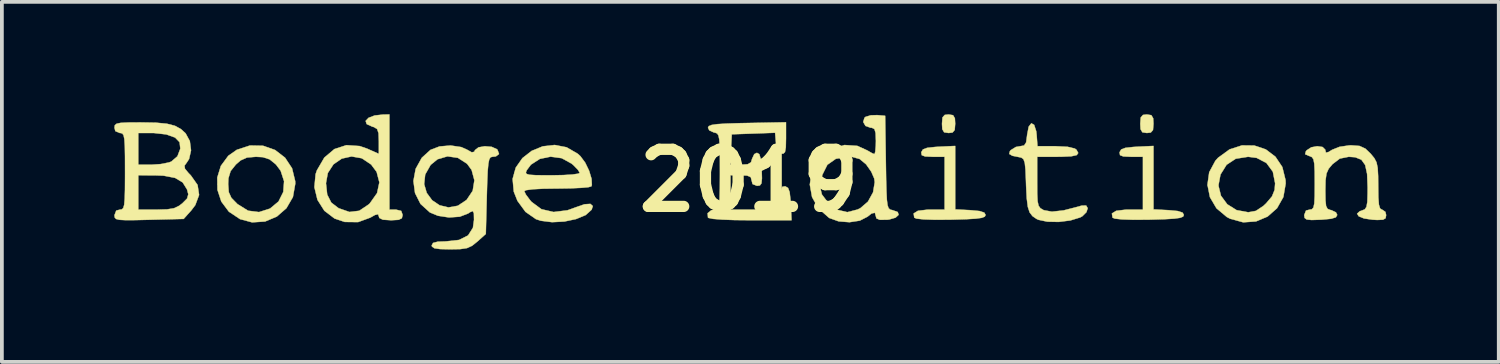
<source format=kicad_pcb>
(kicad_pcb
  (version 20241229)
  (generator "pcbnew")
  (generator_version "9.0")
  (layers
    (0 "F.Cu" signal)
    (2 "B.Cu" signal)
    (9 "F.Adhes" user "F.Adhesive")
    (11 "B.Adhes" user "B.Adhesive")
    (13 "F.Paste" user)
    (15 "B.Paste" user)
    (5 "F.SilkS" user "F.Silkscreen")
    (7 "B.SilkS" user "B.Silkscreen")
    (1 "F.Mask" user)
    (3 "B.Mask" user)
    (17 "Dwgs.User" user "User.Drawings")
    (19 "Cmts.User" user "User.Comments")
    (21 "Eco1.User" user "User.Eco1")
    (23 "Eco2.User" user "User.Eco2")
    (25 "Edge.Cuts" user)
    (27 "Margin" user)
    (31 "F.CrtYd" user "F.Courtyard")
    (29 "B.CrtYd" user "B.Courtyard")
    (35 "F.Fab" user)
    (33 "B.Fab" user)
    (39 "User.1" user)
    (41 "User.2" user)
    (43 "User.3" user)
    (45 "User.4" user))
  (footprint "2019"
    (layer "F.Cu")
    (at 16.938 1.769)
    (property "Reference" "2019" (at 0 0 0) (layer "F.SilkS") (effects (font (size 1.524 1.524) (thickness 0.3))))
    (attr through_hole)
    (fp_poly (pts (xy 5.446 -1.745) (xy 5.495 -1.662) (xy 5.503 -1.517) (xy 5.49 -1.35) (xy 5.431 -1.282) (xy 5.327 -1.27) (xy 5.208 -1.288) (xy 5.159 -1.371) (xy 5.151 -1.517) (xy 5.164 -1.684) (xy 5.223 -1.752) (xy 5.327 -1.764) (xy 5.446 -1.745)) (stroke (width 0.01) (type solid)) (fill yes) (layer "F.SilkS"))
    (fp_poly (pts (xy 10.738 -1.745) (xy 10.787 -1.662) (xy 10.795 -1.517) (xy 10.782 -1.35) (xy 10.723 -1.282) (xy 10.619 -1.27) (xy 10.499 -1.288) (xy 10.45 -1.371) (xy 10.442 -1.517) (xy 10.455 -1.684) (xy 10.515 -1.752) (xy 10.619 -1.764) (xy 10.738 -1.745)) (stroke (width 0.01) (type solid)) (fill yes) (layer "F.SilkS"))
    (fp_poly (pts (xy 5.503 0.769) (xy 5.909 0.79) (xy 6.153 0.813) (xy 6.28 0.855) (xy 6.315 0.917) (xy 6.293 0.962) (xy 6.214 0.994) (xy 6.057 1.016) (xy 5.803 1.031) (xy 5.429 1.042) (xy 5.385 1.043) (xy 4.972 1.046) (xy 4.663 1.036) (xy 4.471 1.015) (xy 4.411 0.99) (xy 4.394 0.878) (xy 4.508 0.807) (xy 4.755 0.777) (xy 4.837 0.776) (xy 5.221 0.776) (xy 5.221 -0.635) (xy 4.898 -0.635) (xy 4.7 -0.644) (xy 4.61 -0.678) (xy 4.598 -0.752) (xy 4.599 -0.758) (xy 4.641 -0.83) (xy 4.752 -0.873) (xy 4.964 -0.897) (xy 5.063 -0.903) (xy 5.503 -0.924) (xy 5.503 0.769)) (stroke (width 0.01) (type solid)) (fill yes) (layer "F.SilkS"))
    (fp_poly (pts (xy 10.795 0.769) (xy 11.201 0.79) (xy 11.445 0.813) (xy 11.572 0.855) (xy 11.606 0.917) (xy 11.585 0.962) (xy 11.506 0.994) (xy 11.349 1.016) (xy 11.094 1.031) (xy 10.721 1.042) (xy 10.677 1.043) (xy 10.264 1.046) (xy 9.954 1.036) (xy 9.763 1.015) (xy 9.703 0.99) (xy 9.685 0.878) (xy 9.8 0.807) (xy 10.047 0.777) (xy 10.129 0.776) (xy 10.513 0.776) (xy 10.513 -0.635) (xy 10.19 -0.635) (xy 9.991 -0.644) (xy 9.902 -0.678) (xy 9.89 -0.752) (xy 9.891 -0.758) (xy 9.933 -0.83) (xy 10.044 -0.873) (xy 10.256 -0.897) (xy 10.355 -0.903) (xy 10.795 -0.924) (xy 10.795 0.769)) (stroke (width 0.01) (type solid)) (fill yes) (layer "F.SilkS"))
    (fp_poly (pts (xy 13.486 -0.935) (xy 13.792 -0.832) (xy 14.049 -0.637) (xy 14.233 -0.362) (xy 14.319 -0.014) (xy 14.323 0.078) (xy 14.261 0.439) (xy 14.092 0.738) (xy 13.84 0.96) (xy 13.531 1.09) (xy 13.19 1.114) (xy 12.842 1.019) (xy 12.752 0.972) (xy 12.475 0.739) (xy 12.301 0.442) (xy 12.239 0.131) (xy 12.528 0.131) (xy 12.595 0.404) (xy 12.763 0.632) (xy 13.013 0.789) (xy 13.324 0.846) (xy 13.53 0.808) (xy 13.729 0.675) (xy 13.801 0.607) (xy 13.958 0.422) (xy 14.028 0.247) (xy 14.041 0.072) (xy 13.98 -0.237) (xy 13.809 -0.469) (xy 13.547 -0.606) (xy 13.321 -0.635) (xy 12.99 -0.583) (xy 12.746 -0.422) (xy 12.583 -0.161) (xy 12.528 0.131) (xy 12.239 0.131) (xy 12.235 0.111) (xy 12.282 -0.222) (xy 12.446 -0.528) (xy 12.519 -0.609) (xy 12.826 -0.833) (xy 13.156 -0.939) (xy 13.486 -0.935)) (stroke (width 0.01) (type solid)) (fill yes) (layer "F.SilkS"))
    (fp_poly (pts (xy -12.968 -0.929) (xy -12.647 -0.816) (xy -12.381 -0.611) (xy -12.194 -0.328) (xy -12.11 0.017) (xy -12.108 0.083) (xy -12.171 0.439) (xy -12.344 0.737) (xy -12.6 0.96) (xy -12.913 1.092) (xy -13.26 1.115) (xy -13.582 1.029) (xy -13.88 0.83) (xy -14.082 0.56) (xy -14.185 0.247) (xy -14.187 0.093) (xy -13.899 0.093) (xy -13.883 0.309) (xy -13.813 0.462) (xy -13.657 0.621) (xy -13.65 0.628) (xy -13.367 0.804) (xy -13.076 0.841) (xy -12.782 0.747) (xy -12.555 0.558) (xy -12.428 0.303) (xy -12.407 0.017) (xy -12.498 -0.262) (xy -12.624 -0.429) (xy -12.792 -0.566) (xy -12.974 -0.625) (xy -13.159 -0.635) (xy -13.396 -0.615) (xy -13.568 -0.538) (xy -13.693 -0.429) (xy -13.834 -0.253) (xy -13.892 -0.062) (xy -13.899 0.093) (xy -14.187 0.093) (xy -14.19 -0.08) (xy -14.094 -0.392) (xy -13.896 -0.661) (xy -13.669 -0.821) (xy -13.317 -0.936) (xy -12.968 -0.929)) (stroke (width 0.01) (type solid)) (fill yes) (layer "F.SilkS"))
    (fp_poly (pts (xy 7.61 -1.487) (xy 7.666 -1.315) (xy 7.677 -1.217) (xy 7.699 -0.917) (xy 8.18 -0.917) (xy 8.502 -0.901) (xy 8.695 -0.855) (xy 8.74 -0.823) (xy 8.787 -0.736) (xy 8.746 -0.68) (xy 8.602 -0.648) (xy 8.339 -0.636) (xy 8.208 -0.635) (xy 7.691 -0.635) (xy 7.691 0.037) (xy 7.692 0.349) (xy 7.702 0.55) (xy 7.728 0.67) (xy 7.776 0.737) (xy 7.854 0.783) (xy 7.871 0.791) (xy 8.084 0.83) (xy 8.395 0.796) (xy 8.814 0.688) (xy 8.872 0.669) (xy 8.997 0.665) (xy 9.04 0.736) (xy 9.005 0.844) (xy 8.896 0.952) (xy 8.837 0.984) (xy 8.576 1.064) (xy 8.266 1.103) (xy 7.963 1.097) (xy 7.723 1.046) (xy 7.674 1.023) (xy 7.565 0.948) (xy 7.49 0.85) (xy 7.442 0.703) (xy 7.413 0.479) (xy 7.396 0.15) (xy 7.391 0.001) (xy 7.379 -0.293) (xy 7.36 -0.474) (xy 7.325 -0.571) (xy 7.269 -0.612) (xy 7.232 -0.621) (xy 7.029 -0.662) (xy 6.946 -0.71) (xy 6.962 -0.782) (xy 6.986 -0.812) (xy 7.123 -0.897) (xy 7.237 -0.917) (xy 7.342 -0.936) (xy 7.396 -1.018) (xy 7.421 -1.201) (xy 7.422 -1.217) (xy 7.465 -1.439) (xy 7.535 -1.529) (xy 7.61 -1.487)) (stroke (width 0.01) (type solid)) (fill yes) (layer "F.SilkS"))
    (fp_poly (pts (xy -9.596 0.776) (xy -9.419 0.776) (xy -9.281 0.809) (xy -9.243 0.917) (xy -9.264 1.005) (xy -9.35 1.047) (xy -9.537 1.058) (xy -9.56 1.058) (xy -9.77 1.044) (xy -9.866 0.997) (xy -9.878 0.954) (xy -9.899 0.898) (xy -9.982 0.918) (xy -10.107 0.989) (xy -10.432 1.108) (xy -10.787 1.104) (xy -11.059 1.013) (xy -11.332 0.805) (xy -11.516 0.514) (xy -11.598 0.176) (xy -11.588 0.07) (xy -11.289 0.07) (xy -11.256 0.375) (xy -11.147 0.588) (xy -10.952 0.737) (xy -10.662 0.838) (xy -10.401 0.806) (xy -10.148 0.636) (xy -10.118 0.607) (xy -9.925 0.334) (xy -9.864 0.048) (xy -9.937 -0.232) (xy -10.084 -0.429) (xy -10.335 -0.596) (xy -10.607 -0.644) (xy -10.868 -0.586) (xy -11.089 -0.434) (xy -11.24 -0.201) (xy -11.289 0.07) (xy -11.588 0.07) (xy -11.565 -0.173) (xy -11.531 -0.273) (xy -11.333 -0.613) (xy -11.065 -0.84) (xy -10.744 -0.945) (xy -10.39 -0.921) (xy -10.195 -0.854) (xy -9.878 -0.713) (xy -9.878 -1.055) (xy -9.886 -1.264) (xy -9.923 -1.374) (xy -10.008 -1.427) (xy -10.054 -1.44) (xy -10.203 -1.508) (xy -10.23 -1.592) (xy -10.154 -1.674) (xy -9.99 -1.737) (xy -9.755 -1.763) (xy -9.754 -1.763) (xy -9.596 -1.764) (xy -9.596 0.776)) (stroke (width 0.01) (type solid)) (fill yes) (layer "F.SilkS"))
    (fp_poly (pts (xy -4.869 -0.889) (xy -4.573 -0.718) (xy -4.499 -0.651) (xy -4.371 -0.479) (xy -4.266 -0.261) (xy -4.201 -0.046) (xy -4.193 0.119) (xy -4.207 0.155) (xy -4.287 0.177) (xy -4.48 0.194) (xy -4.757 0.207) (xy -5.091 0.212) (xy -5.119 0.212) (xy -5.492 0.217) (xy -5.774 0.232) (xy -5.948 0.256) (xy -5.997 0.281) (xy -5.954 0.373) (xy -5.845 0.519) (xy -5.801 0.57) (xy -5.539 0.764) (xy -5.214 0.839) (xy -4.844 0.793) (xy -4.619 0.712) (xy -4.389 0.632) (xy -4.232 0.622) (xy -4.168 0.68) (xy -4.199 0.777) (xy -4.358 0.92) (xy -4.615 1.027) (xy -4.928 1.093) (xy -5.255 1.11) (xy -5.555 1.072) (xy -5.686 1.029) (xy -5.964 0.835) (xy -6.179 0.541) (xy -6.277 0.294) (xy -6.308 -0.044) (xy -6.26 -0.218) (xy -5.954 -0.218) (xy -5.938 -0.178) (xy -5.857 -0.155) (xy -5.689 -0.144) (xy -5.411 -0.141) (xy -5.259 -0.141) (xy -4.954 -0.147) (xy -4.71 -0.162) (xy -4.555 -0.185) (xy -4.516 -0.205) (xy -4.565 -0.288) (xy -4.688 -0.414) (xy -4.733 -0.452) (xy -4.999 -0.598) (xy -5.295 -0.638) (xy -5.581 -0.579) (xy -5.819 -0.425) (xy -5.929 -0.279) (xy -5.954 -0.218) (xy -6.26 -0.218) (xy -6.224 -0.346) (xy -6.046 -0.6) (xy -5.799 -0.793) (xy -5.504 -0.914) (xy -5.187 -0.95) (xy -4.869 -0.889)) (stroke (width 0.01) (type solid)) (fill yes) (layer "F.SilkS"))
    (fp_poly (pts (xy -7.679 -0.894) (xy -7.526 -0.826) (xy -7.398 -0.754) (xy -7.335 -0.768) (xy -7.311 -0.814) (xy -7.218 -0.887) (xy -7.05 -0.916) (xy -6.866 -0.9) (xy -6.728 -0.838) (xy -6.712 -0.823) (xy -6.67 -0.71) (xy -6.755 -0.645) (xy -6.848 -0.635) (xy -6.896 -0.622) (xy -6.931 -0.568) (xy -6.955 -0.453) (xy -6.973 -0.256) (xy -6.986 0.044) (xy -6.996 0.395) (xy -7.023 1.425) (xy -7.252 1.63) (xy -7.39 1.74) (xy -7.525 1.802) (xy -7.705 1.829) (xy -7.974 1.834) (xy -8.242 1.828) (xy -8.395 1.806) (xy -8.46 1.761) (xy -8.467 1.729) (xy -8.431 1.664) (xy -8.307 1.631) (xy -8.088 1.623) (xy -7.736 1.584) (xy -7.497 1.464) (xy -7.367 1.26) (xy -7.338 1.049) (xy -7.342 0.873) (xy -7.371 0.812) (xy -7.445 0.844) (xy -7.495 0.878) (xy -7.718 0.964) (xy -8.006 0.984) (xy -8.301 0.939) (xy -8.516 0.85) (xy -8.766 0.623) (xy -8.912 0.333) (xy -8.944 0.094) (xy -8.669 0.094) (xy -8.6 0.329) (xy -8.456 0.525) (xy -8.256 0.66) (xy -8.021 0.716) (xy -7.771 0.672) (xy -7.536 0.516) (xy -7.373 0.272) (xy -7.328 -0.008) (xy -7.402 -0.283) (xy -7.524 -0.449) (xy -7.77 -0.607) (xy -8.046 -0.647) (xy -8.312 -0.569) (xy -8.496 -0.418) (xy -8.641 -0.162) (xy -8.669 0.094) (xy -8.944 0.094) (xy -8.955 0.01) (xy -8.895 -0.314) (xy -8.732 -0.608) (xy -8.5 -0.819) (xy -8.259 -0.911) (xy -7.963 -0.936) (xy -7.679 -0.894)) (stroke (width 0.01) (type solid)) (fill yes) (layer "F.SilkS"))
    (fp_poly (pts (xy 3.634 -1.729) (xy 3.653 -0.481) (xy 3.66 -0.034) (xy 3.669 0.291) (xy 3.68 0.515) (xy 3.698 0.657) (xy 3.726 0.736) (xy 3.765 0.773) (xy 3.818 0.787) (xy 3.829 0.789) (xy 3.97 0.839) (xy 3.994 0.914) (xy 3.912 0.989) (xy 3.741 1.039) (xy 3.687 1.045) (xy 3.491 1.047) (xy 3.402 1.01) (xy 3.387 0.957) (xy 3.36 0.859) (xy 3.271 0.878) (xy 3.164 0.963) (xy 2.958 1.069) (xy 2.682 1.111) (xy 2.392 1.088) (xy 2.144 0.999) (xy 2.134 0.992) (xy 1.853 0.744) (xy 1.683 0.44) (xy 1.645 0.227) (xy 1.911 0.227) (xy 1.945 0.37) (xy 2.051 0.511) (xy 2.136 0.598) (xy 2.381 0.786) (xy 2.624 0.843) (xy 2.896 0.773) (xy 2.972 0.736) (xy 3.175 0.562) (xy 3.312 0.312) (xy 3.356 0.042) (xy 3.343 -0.054) (xy 3.263 -0.238) (xy 3.13 -0.427) (xy 3.117 -0.441) (xy 2.952 -0.577) (xy 2.755 -0.63) (xy 2.637 -0.635) (xy 2.318 -0.581) (xy 2.091 -0.421) (xy 1.957 -0.153) (xy 1.924 0.018) (xy 1.911 0.227) (xy 1.645 0.227) (xy 1.623 0.108) (xy 1.671 -0.223) (xy 1.827 -0.526) (xy 2.089 -0.772) (xy 2.192 -0.832) (xy 2.548 -0.949) (xy 2.891 -0.926) (xy 3.155 -0.806) (xy 3.285 -0.731) (xy 3.349 -0.706) (xy 3.37 -0.769) (xy 3.384 -0.931) (xy 3.387 -1.058) (xy 3.379 -1.27) (xy 3.348 -1.375) (xy 3.279 -1.409) (xy 3.243 -1.411) (xy 3.11 -1.458) (xy 3.049 -1.564) (xy 3.082 -1.676) (xy 3.112 -1.701) (xy 3.251 -1.742) (xy 3.422 -1.747) (xy 3.634 -1.729)) (stroke (width 0.01) (type solid)) (fill yes) (layer "F.SilkS"))
    (fp_poly (pts (xy 0.988 -1.126) (xy 0.983 -0.887) (xy 0.961 -0.761) (xy 0.914 -0.717) (xy 0.864 -0.719) (xy 0.768 -0.793) (xy 0.721 -0.982) (xy 0.719 -1.009) (xy 0.697 -1.276) (xy 0.119 -1.255) (xy -0.459 -1.235) (xy -0.48 -0.829) (xy -0.501 -0.423) (xy -0.22 -0.423) (xy -0.034 -0.436) (xy 0.054 -0.488) (xy 0.083 -0.582) (xy 0.141 -0.706) (xy 0.212 -0.741) (xy 0.275 -0.705) (xy 0.314 -0.579) (xy 0.336 -0.341) (xy 0.339 -0.3) (xy 0.346 -0.059) (xy 0.333 0.074) (xy 0.291 0.13) (xy 0.215 0.141) (xy 0.095 0.093) (xy 0.071 0) (xy 0.047 -0.092) (xy -0.049 -0.133) (xy -0.212 -0.141) (xy -0.494 -0.141) (xy -0.494 0.776) (xy 0.847 0.776) (xy 0.847 0.453) (xy 0.855 0.255) (xy 0.89 0.165) (xy 0.964 0.153) (xy 0.97 0.154) (xy 1.042 0.196) (xy 1.085 0.307) (xy 1.109 0.519) (xy 1.115 0.618) (xy 1.136 1.058) (xy 0.043 1.058) (xy -0.379 1.054) (xy -0.719 1.041) (xy -0.96 1.022) (xy -1.083 0.996) (xy -1.094 0.988) (xy -1.104 0.871) (xy -1.006 0.791) (xy -0.913 0.776) (xy -0.86 0.768) (xy -0.822 0.73) (xy -0.798 0.64) (xy -0.784 0.477) (xy -0.778 0.22) (xy -0.776 -0.153) (xy -0.776 -0.242) (xy -0.777 -0.64) (xy -0.781 -0.918) (xy -0.793 -1.099) (xy -0.815 -1.204) (xy -0.85 -1.257) (xy -0.903 -1.278) (xy -0.935 -1.283) (xy -1.059 -1.34) (xy -1.094 -1.411) (xy -1.073 -1.453) (xy -0.998 -1.484) (xy -0.85 -1.506) (xy -0.608 -1.521) (xy -0.253 -1.532) (xy -0.053 -1.536) (xy 0.988 -1.556) (xy 0.988 -1.126)) (stroke (width 0.01) (type solid)) (fill yes) (layer "F.SilkS"))
    (fp_poly (pts (xy -15.827 -1.545) (xy -15.533 -1.517) (xy -15.32 -1.462) (xy -15.158 -1.373) (xy -15.035 -1.261) (xy -14.922 -1.054) (xy -14.89 -0.805) (xy -14.943 -0.574) (xy -15.001 -0.485) (xy -15.064 -0.398) (xy -15.053 -0.317) (xy -14.957 -0.201) (xy -14.896 -0.139) (xy -14.715 0.118) (xy -14.675 0.383) (xy -14.776 0.654) (xy -14.881 0.793) (xy -15.087 1.023) (xy -16.01 1.046) (xy -16.386 1.055) (xy -16.642 1.056) (xy -16.803 1.047) (xy -16.89 1.025) (xy -16.926 0.986) (xy -16.933 0.928) (xy -16.933 0.923) (xy -16.886 0.801) (xy -16.792 0.776) (xy -16.298 0.776) (xy -15.808 0.776) (xy -15.529 0.768) (xy -15.343 0.738) (xy -15.206 0.672) (xy -15.122 0.607) (xy -14.994 0.478) (xy -14.963 0.365) (xy -14.996 0.238) (xy -15.113 0.049) (xy -15.316 -0.072) (xy -15.623 -0.131) (xy -15.857 -0.14) (xy -16.298 -0.141) (xy -16.298 0.776) (xy -16.792 0.776) (xy -16.737 0.769) (xy -16.699 0.733) (xy -16.674 0.648) (xy -16.66 0.492) (xy -16.653 0.243) (xy -16.651 -0.12) (xy -16.651 -0.247) (xy -16.652 -0.646) (xy -16.657 -0.925) (xy -16.669 -1.106) (xy -16.69 -1.209) (xy -16.725 -1.257) (xy -16.775 -1.27) (xy -16.792 -1.27) (xy -16.298 -1.27) (xy -16.298 -0.423) (xy -15.949 -0.423) (xy -15.701 -0.44) (xy -15.484 -0.483) (xy -15.418 -0.506) (xy -15.253 -0.648) (xy -15.176 -0.852) (xy -15.195 -1.024) (xy -15.315 -1.148) (xy -15.55 -1.232) (xy -15.879 -1.269) (xy -15.95 -1.27) (xy -16.298 -1.27) (xy -16.792 -1.27) (xy -16.91 -1.32) (xy -16.933 -1.411) (xy -16.924 -1.476) (xy -16.877 -1.517) (xy -16.769 -1.54) (xy -16.573 -1.55) (xy -16.263 -1.552) (xy -16.232 -1.552) (xy -15.827 -1.545)) (stroke (width 0.01) (type solid)) (fill yes) (layer "F.SilkS"))
    (fp_poly (pts (xy 16.294 -0.924) (xy 16.451 -0.852) (xy 16.592 -0.716) (xy 16.688 -0.599) (xy 16.747 -0.486) (xy 16.778 -0.338) (xy 16.79 -0.119) (xy 16.792 0.142) (xy 16.796 0.452) (xy 16.811 0.644) (xy 16.842 0.744) (xy 16.891 0.776) (xy 16.898 0.776) (xy 16.984 0.835) (xy 17.004 0.921) (xy 16.989 1.005) (xy 16.922 1.044) (xy 16.767 1.051) (xy 16.639 1.044) (xy 16.414 1.011) (xy 16.272 0.953) (xy 16.228 0.884) (xy 16.299 0.819) (xy 16.361 0.798) (xy 16.435 0.767) (xy 16.479 0.701) (xy 16.502 0.569) (xy 16.509 0.341) (xy 16.51 0.179) (xy 16.496 -0.177) (xy 16.444 -0.416) (xy 16.343 -0.557) (xy 16.178 -0.623) (xy 16.006 -0.635) (xy 15.767 -0.587) (xy 15.571 -0.437) (xy 15.47 -0.316) (xy 15.412 -0.189) (xy 15.387 -0.01) (xy 15.381 0.264) (xy 15.385 0.526) (xy 15.401 0.679) (xy 15.441 0.755) (xy 15.512 0.784) (xy 15.54 0.789) (xy 15.664 0.847) (xy 15.699 0.917) (xy 15.662 0.98) (xy 15.537 1.019) (xy 15.299 1.042) (xy 15.258 1.044) (xy 15.016 1.052) (xy 14.884 1.039) (xy 14.828 0.997) (xy 14.817 0.921) (xy 14.865 0.8) (xy 14.958 0.776) (xy 15.022 0.766) (xy 15.063 0.72) (xy 15.087 0.611) (xy 15.097 0.414) (xy 15.099 0.103) (xy 15.099 0.079) (xy 15.097 -0.241) (xy 15.087 -0.447) (xy 15.064 -0.567) (xy 15.022 -0.627) (xy 14.954 -0.656) (xy 14.946 -0.658) (xy 14.842 -0.704) (xy 14.861 -0.779) (xy 14.884 -0.808) (xy 15.007 -0.888) (xy 15.166 -0.917) (xy 15.308 -0.896) (xy 15.38 -0.824) (xy 15.381 -0.81) (xy 15.397 -0.745) (xy 15.468 -0.763) (xy 15.563 -0.822) (xy 15.761 -0.901) (xy 16.017 -0.939) (xy 16.068 -0.941) (xy 16.294 -0.924)) (stroke (width 0.01) (type solid)) (fill yes) (layer "F.SilkS")))
  (gr_rect
    (start -3 -3)
    (end 36.947 6.608)
    (stroke (width 0.1) (type default))
    (fill no)
    (layer "Edge.Cuts")))
</source>
